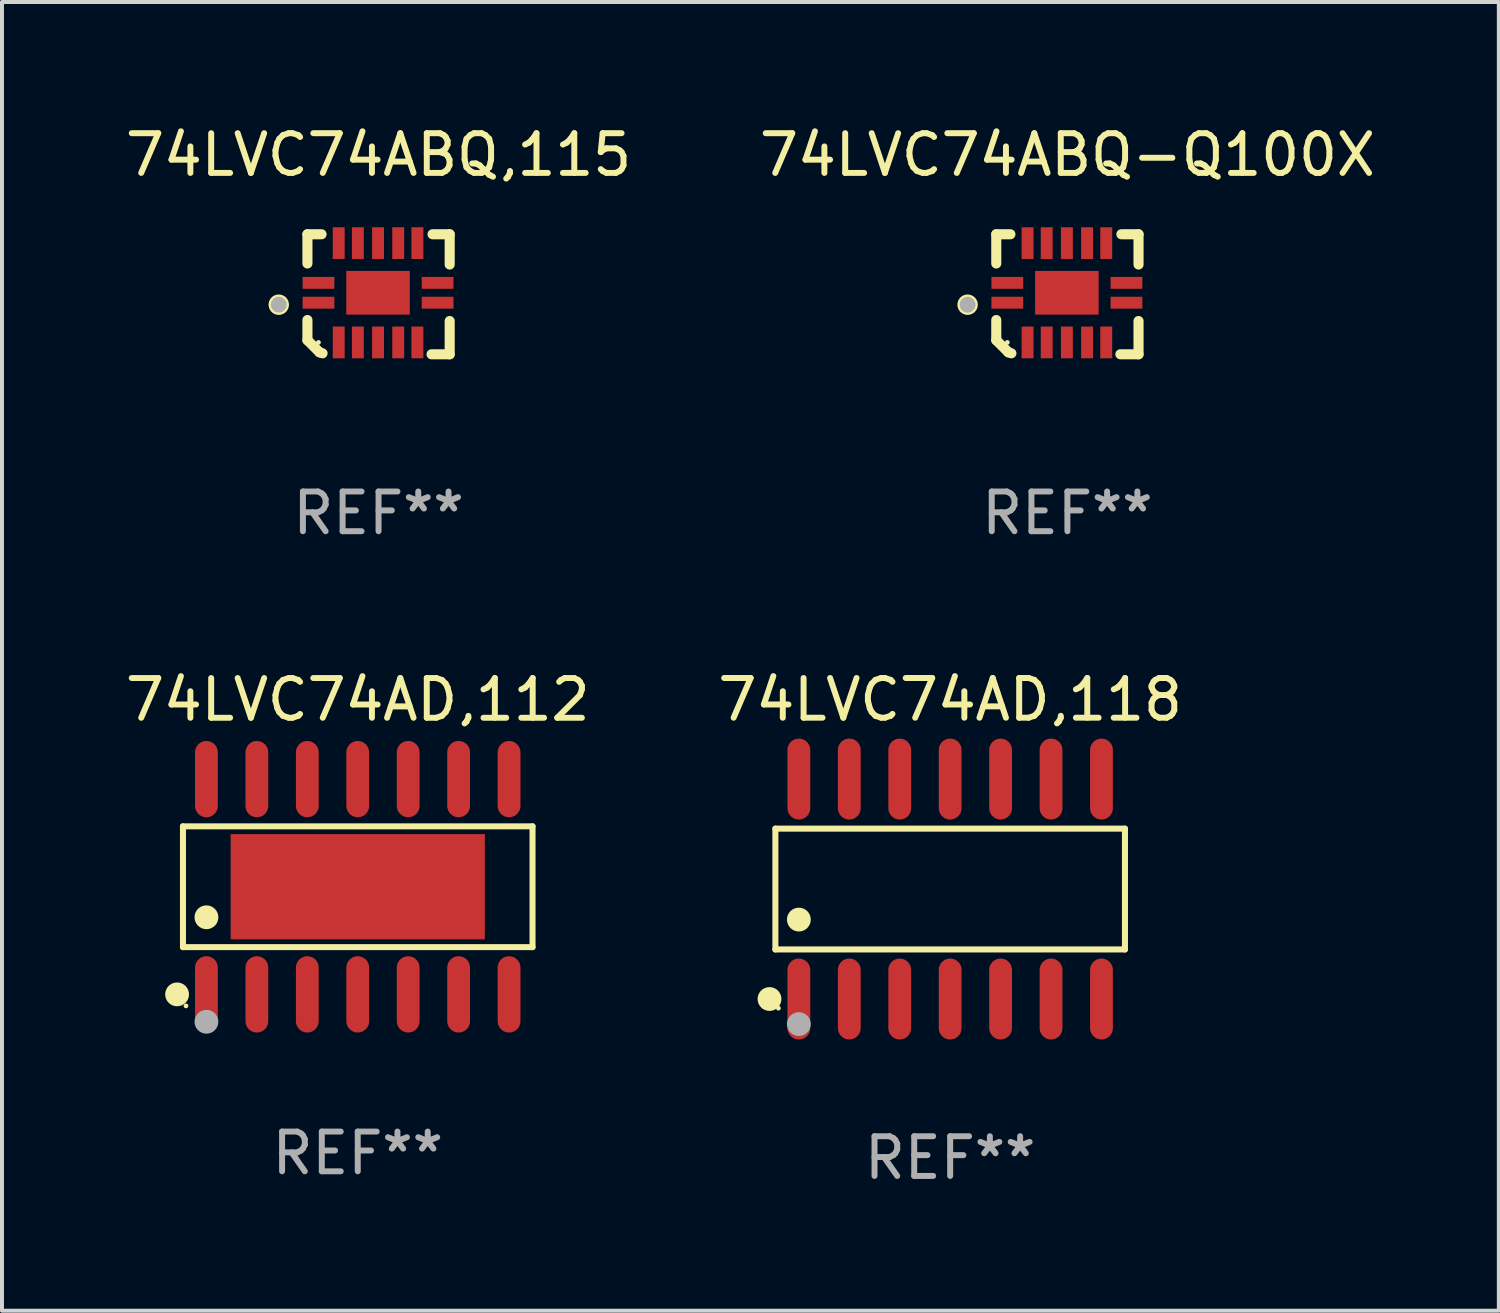
<source format=kicad_pcb>
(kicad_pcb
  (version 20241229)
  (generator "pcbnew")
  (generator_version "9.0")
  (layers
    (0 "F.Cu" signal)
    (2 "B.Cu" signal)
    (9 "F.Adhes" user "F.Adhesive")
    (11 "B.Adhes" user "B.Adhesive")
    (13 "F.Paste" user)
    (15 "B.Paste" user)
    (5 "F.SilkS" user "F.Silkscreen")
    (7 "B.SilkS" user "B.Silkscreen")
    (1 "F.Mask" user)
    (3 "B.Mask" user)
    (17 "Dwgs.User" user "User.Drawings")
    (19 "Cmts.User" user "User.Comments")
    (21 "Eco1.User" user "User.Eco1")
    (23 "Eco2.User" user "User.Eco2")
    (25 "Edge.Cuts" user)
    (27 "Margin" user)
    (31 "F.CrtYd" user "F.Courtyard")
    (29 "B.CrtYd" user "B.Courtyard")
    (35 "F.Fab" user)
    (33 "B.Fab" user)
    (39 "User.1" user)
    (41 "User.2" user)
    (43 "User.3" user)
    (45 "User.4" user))
  (footprint "74LVC74AD,112"
    (layer "F.Cu")
    (at 5.958 19.278)
    (property "Reference" "74LVC74AD,112" (at 0 -4.71 0) (layer "F.SilkS") (effects (font (size 1 1) (thickness 0.15))))
    (attr through_hole)
    (fp_line (start -4.401 -1.521) (end 4.401 -1.521) (stroke (width 0.152) (type solid)) (layer "F.SilkS"))
    (fp_line (start -4.401 1.521) (end -4.401 -1.521) (stroke (width 0.152) (type solid)) (layer "F.SilkS"))
    (fp_line (start 4.401 -1.521) (end 4.401 1.521) (stroke (width 0.152) (type solid)) (layer "F.SilkS"))
    (fp_line (start 4.401 1.521) (end -4.401 1.521) (stroke (width 0.152) (type solid)) (layer "F.SilkS"))
    (fp_circle (center -4.549 2.71) (end -4.399 2.71) (stroke (width 0.3) (type solid)) (fill no) (layer "F.SilkS"))
    (fp_circle (center -4.325 3) (end -4.295 3) (stroke (width 0.06) (type solid)) (fill no) (layer "F.SilkS"))
    (fp_circle (center -3.81 0.769) (end -3.66 0.769) (stroke (width 0.3) (type solid)) (fill no) (layer "F.SilkS"))
    (fp_circle (center -3.81 3.4) (end -3.66 3.4) (stroke (width 0.3) (type solid)) (fill no) (layer "F.Fab"))
    (fp_text user "REF**" (at 0 6.71 0) (layer "F.Fab") (effects (font (size 1 1) (thickness 0.15))))
    (pad "1" smd oval (at -3.81 2.71) (size 0.574 1.921) (layers "F.Cu" "F.Mask" "F.Paste"))
    (pad "2" smd oval (at -2.54 2.71) (size 0.574 1.921) (layers "F.Cu" "F.Mask" "F.Paste"))
    (pad "3" smd oval (at -1.27 2.71) (size 0.574 1.921) (layers "F.Cu" "F.Mask" "F.Paste"))
    (pad "4" smd oval (at 0 2.71) (size 0.574 1.921) (layers "F.Cu" "F.Mask" "F.Paste"))
    (pad "5" smd oval (at 1.27 2.71) (size 0.574 1.921) (layers "F.Cu" "F.Mask" "F.Paste"))
    (pad "6" smd oval (at 2.54 2.71) (size 0.574 1.921) (layers "F.Cu" "F.Mask" "F.Paste"))
    (pad "7" smd oval (at 3.81 2.71) (size 0.574 1.921) (layers "F.Cu" "F.Mask" "F.Paste"))
    (pad "8" smd oval (at 3.81 -2.71) (size 0.574 1.921) (layers "F.Cu" "F.Mask" "F.Paste"))
    (pad "9" smd oval (at 2.54 -2.71) (size 0.574 1.921) (layers "F.Cu" "F.Mask" "F.Paste"))
    (pad "10" smd oval (at 1.27 -2.71) (size 0.574 1.921) (layers "F.Cu" "F.Mask" "F.Paste"))
    (pad "11" smd oval (at 0 -2.71) (size 0.574 1.921) (layers "F.Cu" "F.Mask" "F.Paste"))
    (pad "12" smd oval (at -1.27 -2.71) (size 0.574 1.921) (layers "F.Cu" "F.Mask" "F.Paste"))
    (pad "13" smd oval (at -2.54 -2.71) (size 0.574 1.921) (layers "F.Cu" "F.Mask" "F.Paste"))
    (pad "14" smd oval (at -3.81 -2.71) (size 0.574 1.921) (layers "F.Cu" "F.Mask" "F.Paste"))
    (pad "15" smd rect (at 0 0) (size 6.4 2.65) (layers "F.Cu" "F.Mask" "F.Paste")))
  (footprint "74LVC74ABQ,115"
    (layer "F.Cu")
    (at 6.482 4.36)
    (property "Reference" "74LVC74ABQ,115" (at 0 -3.511 0) (layer "F.SilkS") (effects (font (size 1 1) (thickness 0.15))))
    (attr through_hole)
    (fp_line (start -1.791 -1.511) (end -1.435 -1.511) (stroke (width 0.254) (type solid)) (layer "F.SilkS"))
    (fp_line (start -1.791 -0.775) (end -1.791 -1.511) (stroke (width 0.254) (type solid)) (layer "F.SilkS"))
    (fp_line (start -1.791 1.156) (end -1.791 0.648) (stroke (width 0.254) (type solid)) (layer "F.SilkS"))
    (fp_line (start -1.486 1.461) (end -1.791 1.156) (stroke (width 0.254) (type solid)) (layer "F.SilkS"))
    (fp_line (start -1.41 1.486) (end -1.486 1.461) (stroke (width 0.254) (type solid)) (layer "F.SilkS"))
    (fp_line (start 1.334 1.511) (end 1.791 1.511) (stroke (width 0.254) (type solid)) (layer "F.SilkS"))
    (fp_line (start 1.791 -1.511) (end 1.359 -1.511) (stroke (width 0.254) (type solid)) (layer "F.SilkS"))
    (fp_line (start 1.791 -0.749) (end 1.791 -1.511) (stroke (width 0.254) (type solid)) (layer "F.SilkS"))
    (fp_line (start 1.791 1.511) (end 1.791 0.673) (stroke (width 0.254) (type solid)) (layer "F.SilkS"))
    (fp_circle (center -2.513 0.262) (end -2.383 0.262) (stroke (width 0.254) (type solid)) (fill no) (layer "F.SilkS"))
    (fp_circle (center -1.513 1.212) (end -1.483 1.212) (stroke (width 0.06) (type solid)) (fill no) (layer "F.SilkS"))
    (fp_circle (center -2.513 0.262) (end -2.413 0.262) (stroke (width 0.2) (type solid)) (fill no) (layer "F.Fab"))
    (fp_text user "REF**" (at 0 5.511 0) (layer "F.Fab") (effects (font (size 1 1) (thickness 0.15))))
    (pad "1" smd rect (at -1.513 0.212) (size 0.8 0.3) (layers "F.Cu" "F.Mask" "F.Paste"))
    (pad "2" smd rect (at -1.003 1.212) (size 0.3 0.8) (layers "F.Cu" "F.Mask" "F.Paste"))
    (pad "3" smd rect (at -0.521 1.212) (size 0.3 0.8) (layers "F.Cu" "F.Mask" "F.Paste"))
    (pad "4" smd rect (at -0.013 1.212) (size 0.3 0.8) (layers "F.Cu" "F.Mask" "F.Paste"))
    (pad "5" smd rect (at 0.495 1.212) (size 0.3 0.8) (layers "F.Cu" "F.Mask" "F.Paste"))
    (pad "6" smd rect (at 0.978 1.212) (size 0.3 0.8) (layers "F.Cu" "F.Mask" "F.Paste"))
    (pad "7" smd rect (at 1.487 0.212) (size 0.8 0.3) (layers "F.Cu" "F.Mask" "F.Paste"))
    (pad "8" smd rect (at 1.487 -0.288) (size 0.8 0.3) (layers "F.Cu" "F.Mask" "F.Paste"))
    (pad "9" smd rect (at 0.978 -1.288) (size 0.3 0.8) (layers "F.Cu" "F.Mask" "F.Paste"))
    (pad "10" smd rect (at 0.495 -1.288) (size 0.3 0.8) (layers "F.Cu" "F.Mask" "F.Paste"))
    (pad "11" smd rect (at -0.013 -1.288) (size 0.3 0.8) (layers "F.Cu" "F.Mask" "F.Paste"))
    (pad "12" smd rect (at -0.521 -1.288) (size 0.3 0.8) (layers "F.Cu" "F.Mask" "F.Paste"))
    (pad "13" smd rect (at -1.003 -1.288) (size 0.3 0.8) (layers "F.Cu" "F.Mask" "F.Paste"))
    (pad "14" smd rect (at -1.513 -0.288) (size 0.8 0.3) (layers "F.Cu" "F.Mask" "F.Paste"))
    (pad "15" smd rect (at -0.013 -0.038 90) (size 1.1 1.6) (layers "F.Cu" "F.Mask" "F.Paste")))
  (footprint "74LVC74ABQ-Q100X"
    (layer "F.Cu")
    (at 23.827 4.36)
    (property "Reference" "74LVC74ABQ-Q100X" (at 0 -3.511 0) (layer "F.SilkS") (effects (font (size 1 1) (thickness 0.15))))
    (attr through_hole)
    (fp_line (start -1.791 -1.511) (end -1.435 -1.511) (stroke (width 0.254) (type solid)) (layer "F.SilkS"))
    (fp_line (start -1.791 -0.775) (end -1.791 -1.511) (stroke (width 0.254) (type solid)) (layer "F.SilkS"))
    (fp_line (start -1.791 1.156) (end -1.791 0.648) (stroke (width 0.254) (type solid)) (layer "F.SilkS"))
    (fp_line (start -1.486 1.461) (end -1.791 1.156) (stroke (width 0.254) (type solid)) (layer "F.SilkS"))
    (fp_line (start -1.41 1.486) (end -1.486 1.461) (stroke (width 0.254) (type solid)) (layer "F.SilkS"))
    (fp_line (start 1.334 1.511) (end 1.791 1.511) (stroke (width 0.254) (type solid)) (layer "F.SilkS"))
    (fp_line (start 1.791 -1.511) (end 1.359 -1.511) (stroke (width 0.254) (type solid)) (layer "F.SilkS"))
    (fp_line (start 1.791 -0.749) (end 1.791 -1.511) (stroke (width 0.254) (type solid)) (layer "F.SilkS"))
    (fp_line (start 1.791 1.511) (end 1.791 0.673) (stroke (width 0.254) (type solid)) (layer "F.SilkS"))
    (fp_circle (center -2.513 0.262) (end -2.383 0.262) (stroke (width 0.254) (type solid)) (fill no) (layer "F.SilkS"))
    (fp_circle (center -1.513 1.212) (end -1.483 1.212) (stroke (width 0.06) (type solid)) (fill no) (layer "F.SilkS"))
    (fp_circle (center -2.513 0.262) (end -2.413 0.262) (stroke (width 0.2) (type solid)) (fill no) (layer "F.Fab"))
    (fp_text user "REF**" (at 0 5.511 0) (layer "F.Fab") (effects (font (size 1 1) (thickness 0.15))))
    (pad "1" smd rect (at -1.513 0.212) (size 0.8 0.3) (layers "F.Cu" "F.Mask" "F.Paste"))
    (pad "2" smd rect (at -1.003 1.212) (size 0.3 0.8) (layers "F.Cu" "F.Mask" "F.Paste"))
    (pad "3" smd rect (at -0.521 1.212) (size 0.3 0.8) (layers "F.Cu" "F.Mask" "F.Paste"))
    (pad "4" smd rect (at -0.013 1.212) (size 0.3 0.8) (layers "F.Cu" "F.Mask" "F.Paste"))
    (pad "5" smd rect (at 0.495 1.212) (size 0.3 0.8) (layers "F.Cu" "F.Mask" "F.Paste"))
    (pad "6" smd rect (at 0.978 1.212) (size 0.3 0.8) (layers "F.Cu" "F.Mask" "F.Paste"))
    (pad "7" smd rect (at 1.487 0.212) (size 0.8 0.3) (layers "F.Cu" "F.Mask" "F.Paste"))
    (pad "8" smd rect (at 1.487 -0.288) (size 0.8 0.3) (layers "F.Cu" "F.Mask" "F.Paste"))
    (pad "9" smd rect (at 0.978 -1.288) (size 0.3 0.8) (layers "F.Cu" "F.Mask" "F.Paste"))
    (pad "10" smd rect (at 0.495 -1.288) (size 0.3 0.8) (layers "F.Cu" "F.Mask" "F.Paste"))
    (pad "11" smd rect (at -0.013 -1.288) (size 0.3 0.8) (layers "F.Cu" "F.Mask" "F.Paste"))
    (pad "12" smd rect (at -0.521 -1.288) (size 0.3 0.8) (layers "F.Cu" "F.Mask" "F.Paste"))
    (pad "13" smd rect (at -1.003 -1.288) (size 0.3 0.8) (layers "F.Cu" "F.Mask" "F.Paste"))
    (pad "14" smd rect (at -1.513 -0.288) (size 0.8 0.3) (layers "F.Cu" "F.Mask" "F.Paste"))
    (pad "15" smd rect (at -0.013 -0.038 90) (size 1.1 1.6) (layers "F.Cu" "F.Mask" "F.Paste")))
  (footprint "74LVC74AD,118"
    (layer "F.Cu")
    (at 20.875 19.336)
    (property "Reference" "74LVC74AD,118" (at 0 -4.769 0) (layer "F.SilkS") (effects (font (size 1 1) (thickness 0.15))))
    (attr through_hole)
    (fp_line (start -4.401 -1.521) (end 4.401 -1.521) (stroke (width 0.152) (type solid)) (layer "F.SilkS"))
    (fp_line (start -4.401 1.521) (end -4.401 -1.521) (stroke (width 0.152) (type solid)) (layer "F.SilkS"))
    (fp_line (start 4.401 -1.521) (end 4.401 1.521) (stroke (width 0.152) (type solid)) (layer "F.SilkS"))
    (fp_line (start 4.401 1.521) (end -4.401 1.521) (stroke (width 0.152) (type solid)) (layer "F.SilkS"))
    (fp_circle (center -4.549 2.769) (end -4.399 2.769) (stroke (width 0.3) (type solid)) (fill no) (layer "F.SilkS"))
    (fp_circle (center -4.325 3) (end -4.295 3) (stroke (width 0.06) (type solid)) (fill no) (layer "F.SilkS"))
    (fp_circle (center -3.81 0.769) (end -3.66 0.769) (stroke (width 0.3) (type solid)) (fill no) (layer "F.SilkS"))
    (fp_circle (center -3.81 3.4) (end -3.66 3.4) (stroke (width 0.3) (type solid)) (fill no) (layer "F.Fab"))
    (fp_text user "REF**" (at 0 6.769 0) (layer "F.Fab") (effects (font (size 1 1) (thickness 0.15))))
    (pad "1" smd oval (at -3.81 2.769) (size 0.574 2.038) (layers "F.Cu" "F.Mask" "F.Paste"))
    (pad "2" smd oval (at -2.54 2.769) (size 0.574 2.038) (layers "F.Cu" "F.Mask" "F.Paste"))
    (pad "3" smd oval (at -1.27 2.769) (size 0.574 2.038) (layers "F.Cu" "F.Mask" "F.Paste"))
    (pad "4" smd oval (at 0 2.769) (size 0.574 2.038) (layers "F.Cu" "F.Mask" "F.Paste"))
    (pad "5" smd oval (at 1.27 2.769) (size 0.574 2.038) (layers "F.Cu" "F.Mask" "F.Paste"))
    (pad "6" smd oval (at 2.54 2.769) (size 0.574 2.038) (layers "F.Cu" "F.Mask" "F.Paste"))
    (pad "7" smd oval (at 3.81 2.769) (size 0.574 2.038) (layers "F.Cu" "F.Mask" "F.Paste"))
    (pad "8" smd oval (at 3.81 -2.769) (size 0.574 2.038) (layers "F.Cu" "F.Mask" "F.Paste"))
    (pad "9" smd oval (at 2.54 -2.769) (size 0.574 2.038) (layers "F.Cu" "F.Mask" "F.Paste"))
    (pad "10" smd oval (at 1.27 -2.769) (size 0.574 2.038) (layers "F.Cu" "F.Mask" "F.Paste"))
    (pad "11" smd oval (at 0 -2.769) (size 0.574 2.038) (layers "F.Cu" "F.Mask" "F.Paste"))
    (pad "12" smd oval (at -1.27 -2.769) (size 0.574 2.038) (layers "F.Cu" "F.Mask" "F.Paste"))
    (pad "13" smd oval (at -2.54 -2.769) (size 0.574 2.038) (layers "F.Cu" "F.Mask" "F.Paste"))
    (pad "14" smd oval (at -3.81 -2.769) (size 0.574 2.038) (layers "F.Cu" "F.Mask" "F.Paste")))
  (gr_rect
    (start -3 -3)
    (end 34.69 29.954)
    (stroke (width 0.1) (type default))
    (fill no)
    (layer "Edge.Cuts")))
</source>
